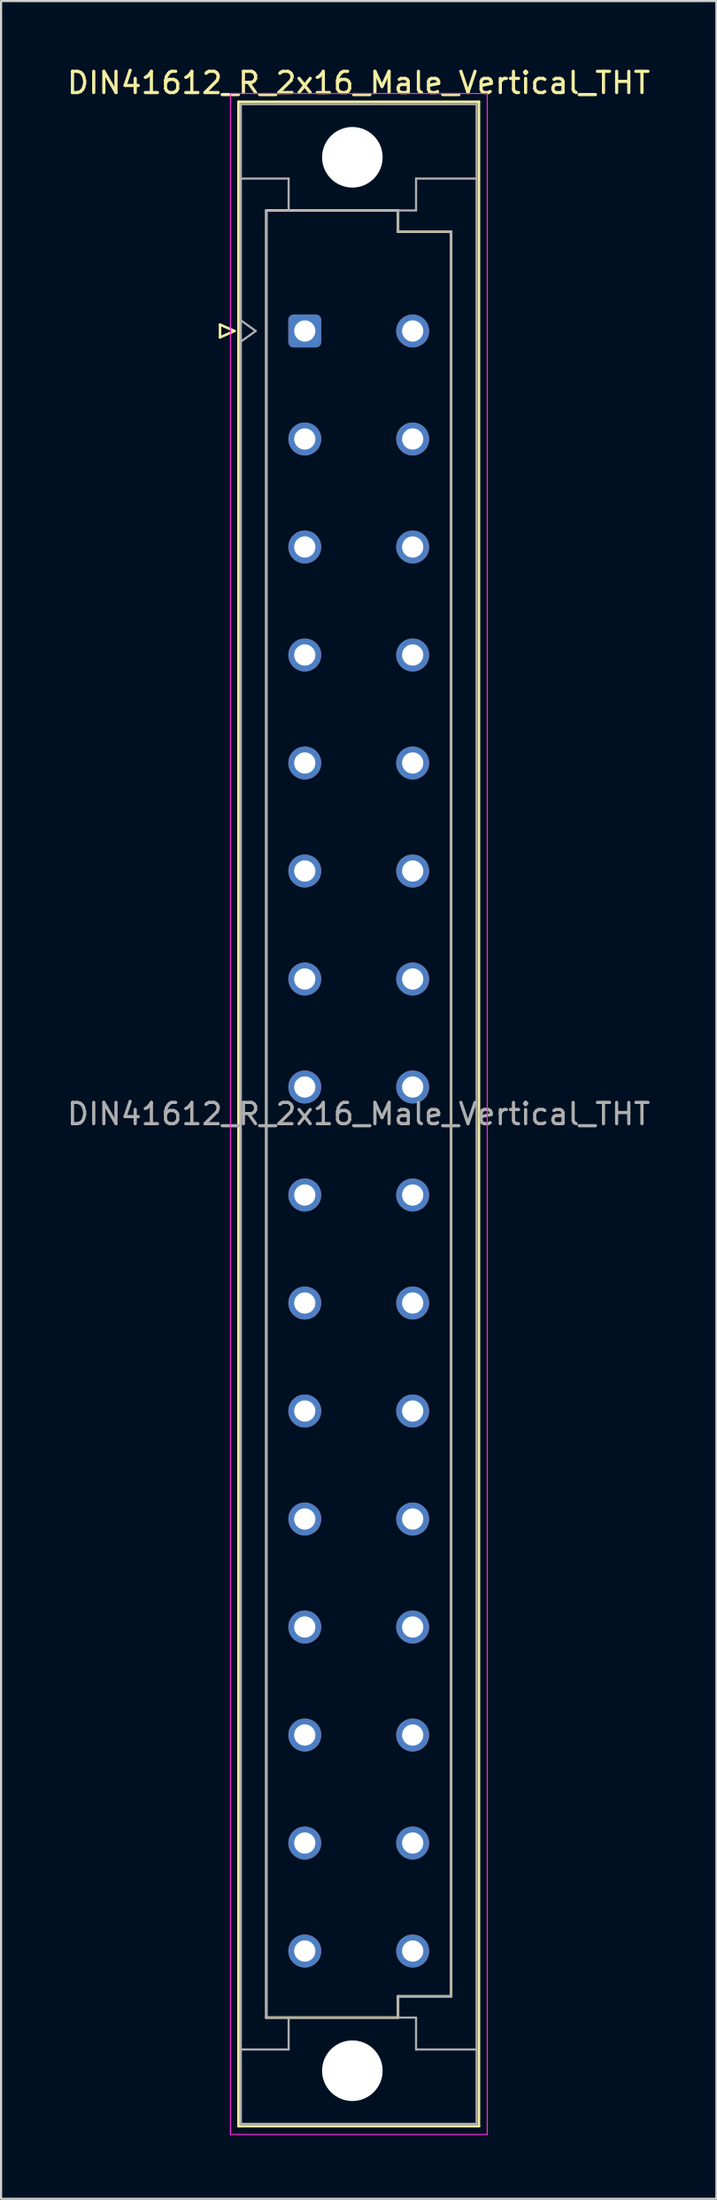
<source format=kicad_pcb>
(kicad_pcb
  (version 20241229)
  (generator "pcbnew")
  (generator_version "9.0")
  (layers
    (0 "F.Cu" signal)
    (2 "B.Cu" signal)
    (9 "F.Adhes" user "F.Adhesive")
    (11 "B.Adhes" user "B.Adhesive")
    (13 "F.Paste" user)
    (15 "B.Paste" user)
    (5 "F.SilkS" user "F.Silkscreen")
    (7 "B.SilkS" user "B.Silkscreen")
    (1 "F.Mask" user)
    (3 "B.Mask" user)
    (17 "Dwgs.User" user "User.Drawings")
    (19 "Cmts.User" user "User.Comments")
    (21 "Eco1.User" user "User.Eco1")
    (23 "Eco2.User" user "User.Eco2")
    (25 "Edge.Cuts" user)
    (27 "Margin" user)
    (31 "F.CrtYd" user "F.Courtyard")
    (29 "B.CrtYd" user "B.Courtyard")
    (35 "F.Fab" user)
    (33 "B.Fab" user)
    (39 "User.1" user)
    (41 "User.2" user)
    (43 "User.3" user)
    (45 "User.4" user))
  (footprint "DIN41612_R_2x16_Male_Vertical_THT"
    (layer "F.Cu")
    (at 11.299 9.978)
    (property "Reference" "DIN41612_R_2x16_Male_Vertical_THT" (at 2.54 -9.13 0) (layer "F.SilkS") (effects (font (size 1 1) (thickness 0.15))))
    (attr through_hole)
    (fp_line (start -3.99 2.24) (end -3.99 2.84) (stroke (width 0.12) (type solid)) (layer "F.SilkS"))
    (fp_line (start -3.99 2.84) (end -3.31 2.54) (stroke (width 0.12) (type solid)) (layer "F.SilkS"))
    (fp_line (start -3.31 2.54) (end -3.99 2.24) (stroke (width 0.12) (type solid)) (layer "F.SilkS"))
    (fp_line (start -3.12 -8.24) (end 8.2 -8.24) (stroke (width 0.12) (type solid)) (layer "F.SilkS"))
    (fp_line (start -3.12 86.98) (end -3.12 -8.24) (stroke (width 0.12) (type solid)) (layer "F.SilkS"))
    (fp_line (start -1.81 -3.13) (end 4.39 -3.13) (stroke (width 0.12) (type solid)) (layer "F.SilkS"))
    (fp_line (start -1.81 81.87) (end -1.81 -3.13) (stroke (width 0.12) (type solid)) (layer "F.SilkS"))
    (fp_line (start 4.39 -3.13) (end 4.39 -2.13) (stroke (width 0.12) (type solid)) (layer "F.SilkS"))
    (fp_line (start 4.39 -2.13) (end 6.89 -2.13) (stroke (width 0.12) (type solid)) (layer "F.SilkS"))
    (fp_line (start 4.39 80.87) (end 4.39 81.87) (stroke (width 0.12) (type solid)) (layer "F.SilkS"))
    (fp_line (start 4.39 81.87) (end -1.81 81.87) (stroke (width 0.12) (type solid)) (layer "F.SilkS"))
    (fp_line (start 6.89 -2.13) (end 6.89 80.87) (stroke (width 0.12) (type solid)) (layer "F.SilkS"))
    (fp_line (start 6.89 80.87) (end 4.39 80.87) (stroke (width 0.12) (type solid)) (layer "F.SilkS"))
    (fp_line (start 8.2 -8.24) (end 8.2 86.98) (stroke (width 0.12) (type solid)) (layer "F.SilkS"))
    (fp_line (start 8.2 86.98) (end -3.12 86.98) (stroke (width 0.12) (type solid)) (layer "F.SilkS"))
    (fp_line (start -3.5 -8.63) (end 8.59 -8.63) (stroke (width 0.05) (type solid)) (layer "F.CrtYd"))
    (fp_line (start -3.5 87.37) (end -3.5 -8.63) (stroke (width 0.05) (type solid)) (layer "F.CrtYd"))
    (fp_line (start 8.59 -8.63) (end 8.59 87.37) (stroke (width 0.05) (type solid)) (layer "F.CrtYd"))
    (fp_line (start 8.59 87.37) (end -3.5 87.37) (stroke (width 0.05) (type solid)) (layer "F.CrtYd"))
    (fp_line (start -3.01 -8.13) (end 8.09 -8.13) (stroke (width 0.1) (type solid)) (layer "F.Fab"))
    (fp_line (start -3.01 -4.63) (end -0.76 -4.63) (stroke (width 0.1) (type solid)) (layer "F.Fab"))
    (fp_line (start -3.01 2.04) (end -2.31 2.54) (stroke (width 0.1) (type solid)) (layer "F.Fab"))
    (fp_line (start -3.01 83.37) (end -0.76 83.37) (stroke (width 0.1) (type solid)) (layer "F.Fab"))
    (fp_line (start -3.01 86.87) (end -3.01 -8.13) (stroke (width 0.1) (type solid)) (layer "F.Fab"))
    (fp_line (start -2.31 2.54) (end -3.01 3.04) (stroke (width 0.1) (type solid)) (layer "F.Fab"))
    (fp_line (start -1.81 -3.13) (end 4.39 -3.13) (stroke (width 0.1) (type solid)) (layer "F.Fab"))
    (fp_line (start -1.81 81.87) (end -1.81 -3.13) (stroke (width 0.1) (type solid)) (layer "F.Fab"))
    (fp_line (start -0.76 -4.63) (end -0.76 -3.13) (stroke (width 0.1) (type solid)) (layer "F.Fab"))
    (fp_line (start -0.76 83.37) (end -0.76 81.87) (stroke (width 0.1) (type solid)) (layer "F.Fab"))
    (fp_line (start 4.39 -3.13) (end 4.39 -2.13) (stroke (width 0.1) (type solid)) (layer "F.Fab"))
    (fp_line (start 4.39 -3.13) (end 5.24 -3.13) (stroke (width 0.1) (type solid)) (layer "F.Fab"))
    (fp_line (start 4.39 -2.13) (end 6.89 -2.13) (stroke (width 0.1) (type solid)) (layer "F.Fab"))
    (fp_line (start 4.39 80.87) (end 4.39 81.87) (stroke (width 0.1) (type solid)) (layer "F.Fab"))
    (fp_line (start 4.39 81.87) (end -1.81 81.87) (stroke (width 0.1) (type solid)) (layer "F.Fab"))
    (fp_line (start 4.39 81.87) (end 5.24 81.87) (stroke (width 0.1) (type solid)) (layer "F.Fab"))
    (fp_line (start 5.24 -4.63) (end 8.09 -4.63) (stroke (width 0.1) (type solid)) (layer "F.Fab"))
    (fp_line (start 5.24 -3.13) (end 5.24 -4.63) (stroke (width 0.1) (type solid)) (layer "F.Fab"))
    (fp_line (start 5.24 81.87) (end 5.24 83.37) (stroke (width 0.1) (type solid)) (layer "F.Fab"))
    (fp_line (start 5.24 83.37) (end 8.09 83.37) (stroke (width 0.1) (type solid)) (layer "F.Fab"))
    (fp_line (start 6.89 -2.13) (end 6.89 80.87) (stroke (width 0.1) (type solid)) (layer "F.Fab"))
    (fp_line (start 6.89 80.87) (end 4.39 80.87) (stroke (width 0.1) (type solid)) (layer "F.Fab"))
    (fp_line (start 8.09 -8.13) (end 8.09 86.87) (stroke (width 0.1) (type solid)) (layer "F.Fab"))
    (fp_line (start 8.09 86.87) (end -3.01 86.87) (stroke (width 0.1) (type solid)) (layer "F.Fab"))
    (fp_text user "${REFERENCE}" (at 2.54 39.37 0) (layer "F.Fab") (effects (font (size 1 1) (thickness 0.15))))
    (pad "" np_thru_hole circle (at 2.24 -5.63) (size 2.85 2.85) (drill 2.85) (layers "*.Cu" "*.Mask"))
    (pad "" np_thru_hole circle (at 2.24 84.37) (size 2.85 2.85) (drill 2.85) (layers "*.Cu" "*.Mask"))
    (pad "a2" thru_hole roundrect (at 0 2.54) (size 1.55 1.55) (drill 1) (layers "*.Cu" "*.Mask") (roundrect_rratio 0.161))
    (pad "a4" thru_hole circle (at 0 7.62) (size 1.55 1.55) (drill 1) (layers "*.Cu" "*.Mask"))
    (pad "a6" thru_hole circle (at 0 12.7) (size 1.55 1.55) (drill 1) (layers "*.Cu" "*.Mask"))
    (pad "a8" thru_hole circle (at 0 17.78) (size 1.55 1.55) (drill 1) (layers "*.Cu" "*.Mask"))
    (pad "a10" thru_hole circle (at 0 22.86) (size 1.55 1.55) (drill 1) (layers "*.Cu" "*.Mask"))
    (pad "a12" thru_hole circle (at 0 27.94) (size 1.55 1.55) (drill 1) (layers "*.Cu" "*.Mask"))
    (pad "a14" thru_hole circle (at 0 33.02) (size 1.55 1.55) (drill 1) (layers "*.Cu" "*.Mask"))
    (pad "a16" thru_hole circle (at 0 38.1) (size 1.55 1.55) (drill 1) (layers "*.Cu" "*.Mask"))
    (pad "a18" thru_hole circle (at 0 43.18) (size 1.55 1.55) (drill 1) (layers "*.Cu" "*.Mask"))
    (pad "a20" thru_hole circle (at 0 48.26) (size 1.55 1.55) (drill 1) (layers "*.Cu" "*.Mask"))
    (pad "a22" thru_hole circle (at 0 53.34) (size 1.55 1.55) (drill 1) (layers "*.Cu" "*.Mask"))
    (pad "a24" thru_hole circle (at 0 58.42) (size 1.55 1.55) (drill 1) (layers "*.Cu" "*.Mask"))
    (pad "a26" thru_hole circle (at 0 63.5) (size 1.55 1.55) (drill 1) (layers "*.Cu" "*.Mask"))
    (pad "a28" thru_hole circle (at 0 68.58) (size 1.55 1.55) (drill 1) (layers "*.Cu" "*.Mask"))
    (pad "a30" thru_hole circle (at 0 73.66) (size 1.55 1.55) (drill 1) (layers "*.Cu" "*.Mask"))
    (pad "a32" thru_hole circle (at 0 78.74) (size 1.55 1.55) (drill 1) (layers "*.Cu" "*.Mask"))
    (pad "c2" thru_hole circle (at 5.08 2.54) (size 1.55 1.55) (drill 1) (layers "*.Cu" "*.Mask"))
    (pad "c4" thru_hole circle (at 5.08 7.62) (size 1.55 1.55) (drill 1) (layers "*.Cu" "*.Mask"))
    (pad "c6" thru_hole circle (at 5.08 12.7) (size 1.55 1.55) (drill 1) (layers "*.Cu" "*.Mask"))
    (pad "c8" thru_hole circle (at 5.08 17.78) (size 1.55 1.55) (drill 1) (layers "*.Cu" "*.Mask"))
    (pad "c10" thru_hole circle (at 5.08 22.86) (size 1.55 1.55) (drill 1) (layers "*.Cu" "*.Mask"))
    (pad "c12" thru_hole circle (at 5.08 27.94) (size 1.55 1.55) (drill 1) (layers "*.Cu" "*.Mask"))
    (pad "c14" thru_hole circle (at 5.08 33.02) (size 1.55 1.55) (drill 1) (layers "*.Cu" "*.Mask"))
    (pad "c16" thru_hole circle (at 5.08 38.1) (size 1.55 1.55) (drill 1) (layers "*.Cu" "*.Mask"))
    (pad "c18" thru_hole circle (at 5.08 43.18) (size 1.55 1.55) (drill 1) (layers "*.Cu" "*.Mask"))
    (pad "c20" thru_hole circle (at 5.08 48.26) (size 1.55 1.55) (drill 1) (layers "*.Cu" "*.Mask"))
    (pad "c22" thru_hole circle (at 5.08 53.34) (size 1.55 1.55) (drill 1) (layers "*.Cu" "*.Mask"))
    (pad "c24" thru_hole circle (at 5.08 58.42) (size 1.55 1.55) (drill 1) (layers "*.Cu" "*.Mask"))
    (pad "c26" thru_hole circle (at 5.08 63.5) (size 1.55 1.55) (drill 1) (layers "*.Cu" "*.Mask"))
    (pad "c28" thru_hole circle (at 5.08 68.58) (size 1.55 1.55) (drill 1) (layers "*.Cu" "*.Mask"))
    (pad "c30" thru_hole circle (at 5.08 73.66) (size 1.55 1.55) (drill 1) (layers "*.Cu" "*.Mask"))
    (pad "c32" thru_hole circle (at 5.08 78.74) (size 1.55 1.55) (drill 1) (layers "*.Cu" "*.Mask")))
  (gr_rect
    (start -3 -3)
    (end 30.679 100.373)
    (stroke (width 0.1) (type default))
    (fill no)
    (layer "Edge.Cuts")))
</source>
